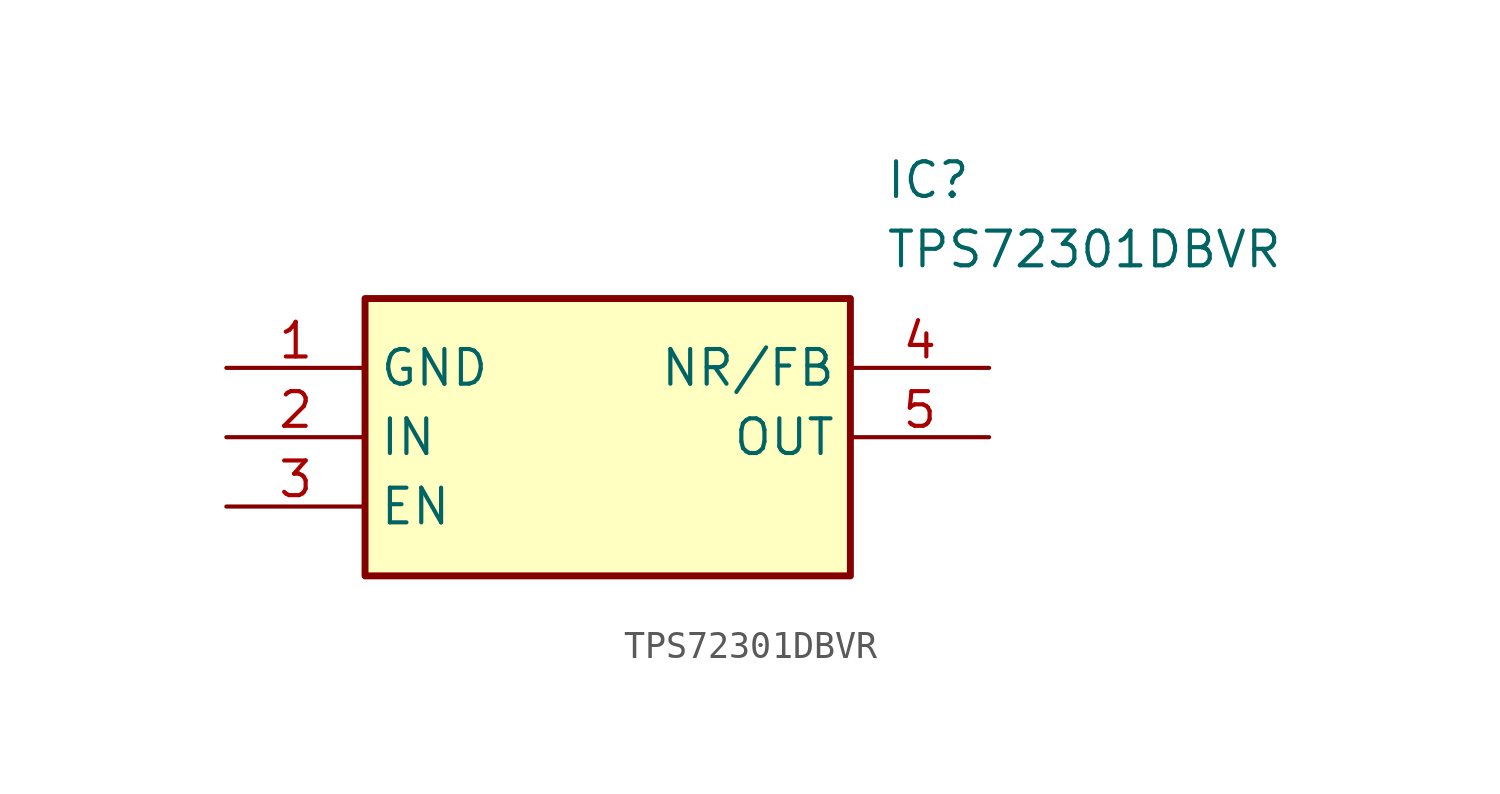
<source format=kicad_sym>
(kicad_symbol_lib
  (version 20220914)
  (generator kicad_symbol_editor)
  (symbol "TPS72301DBVR"
    (property "Reference" "IC"
      (at 24.13 7.62 0)
      (effects (font (size 1.27 1.27)) (justify left top)))
    (property "Value" "TPS72301DBVR"
      (at 24.13 5.08 0)
      (effects (font (size 1.27 1.27)) (justify left top)))
    (symbol "TPS72301DBVR_1_1"
      (rectangle (start 5.08 2.54) (end 22.86 -7.62) (stroke (width 0.254) (type default)) (fill (type background)))
      (pin passive line (at 0 0 0) (length 5.08) (name "GND" (effects (font (size 1.27 1.27)))) (number "1" (effects (font (size 1.27 1.27)))))
      (pin passive line (at 0 -2.54 0) (length 5.08) (name "IN" (effects (font (size 1.27 1.27)))) (number "2" (effects (font (size 1.27 1.27)))))
      (pin passive line (at 0 -5.08 0) (length 5.08) (name "EN" (effects (font (size 1.27 1.27)))) (number "3" (effects (font (size 1.27 1.27)))))
      (pin passive line (at 27.94 0 180) (length 5.08) (name "NR/FB" (effects (font (size 1.27 1.27)))) (number "4" (effects (font (size 1.27 1.27)))))
      (pin passive line (at 27.94 -2.54 180) (length 5.08) (name "OUT" (effects (font (size 1.27 1.27)))) (number "5" (effects (font (size 1.27 1.27))))))))
</source>
